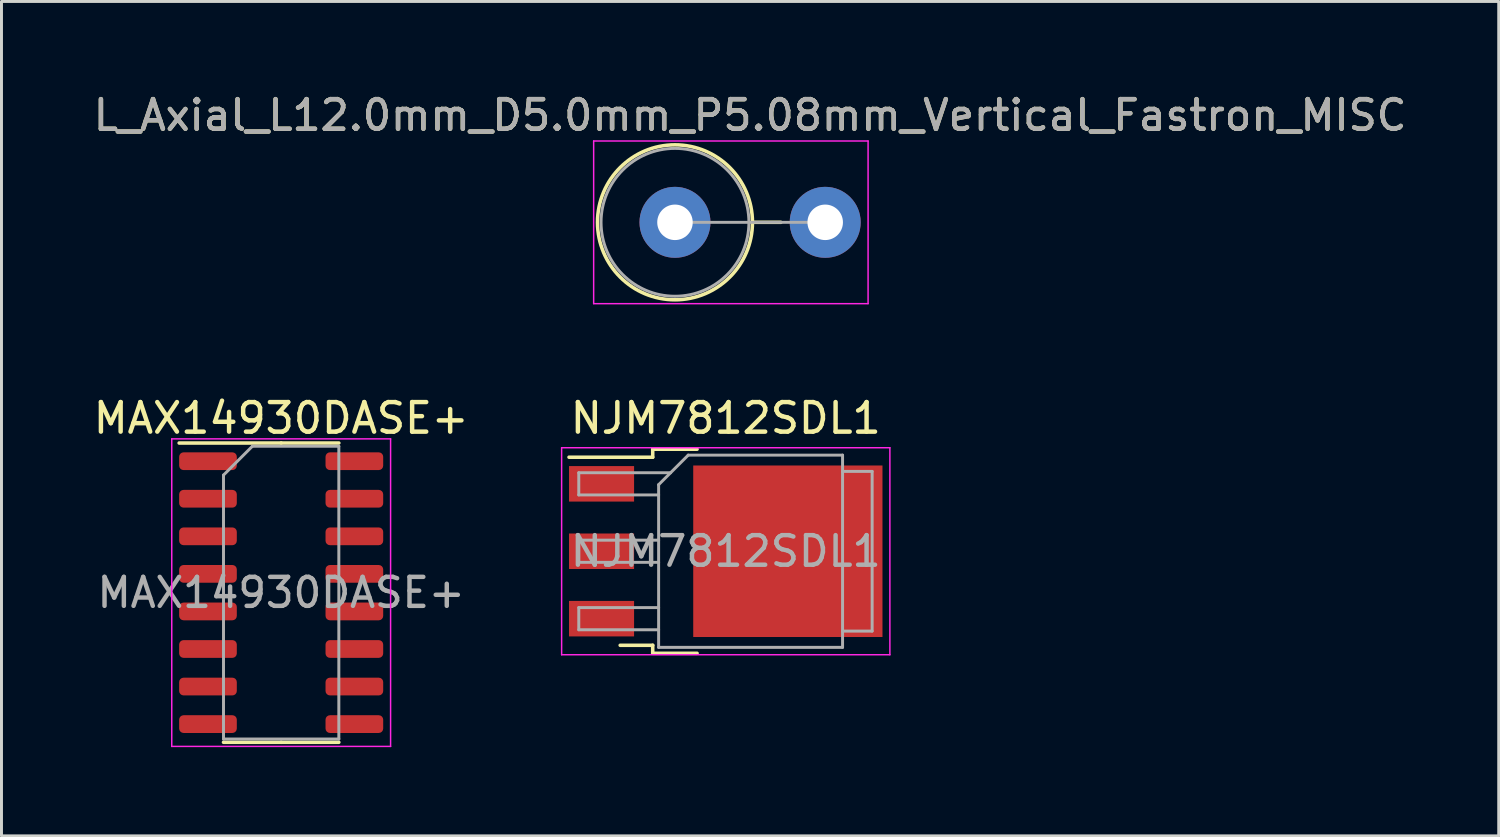
<source format=kicad_pcb>
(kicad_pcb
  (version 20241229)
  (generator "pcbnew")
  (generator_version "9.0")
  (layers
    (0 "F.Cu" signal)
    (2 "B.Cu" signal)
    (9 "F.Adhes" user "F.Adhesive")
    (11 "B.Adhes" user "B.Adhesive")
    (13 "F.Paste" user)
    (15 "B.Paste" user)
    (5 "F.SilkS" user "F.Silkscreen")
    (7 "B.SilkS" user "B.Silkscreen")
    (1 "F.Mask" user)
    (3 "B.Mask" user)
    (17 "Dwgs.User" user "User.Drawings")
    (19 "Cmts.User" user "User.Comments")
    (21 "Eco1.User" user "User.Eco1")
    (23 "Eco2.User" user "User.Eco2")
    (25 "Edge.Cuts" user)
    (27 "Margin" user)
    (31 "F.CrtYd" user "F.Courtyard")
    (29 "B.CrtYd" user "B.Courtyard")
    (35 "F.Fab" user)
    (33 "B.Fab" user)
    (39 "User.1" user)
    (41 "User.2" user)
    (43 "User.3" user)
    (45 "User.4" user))
  (footprint "L_Axial_L12.0mm_D5.0mm_P5.08mm_Vertical_Fastron_MISC"
    (layer "F.Cu")
    (at 19.775 4.468)
    (property "Reference" "L_Axial_L12.0mm_D5.0mm_P5.08mm_Vertical_Fastron_MISC" (at 2.54 -3.62 180) (layer "F.SilkS") (effects (font (size 1 1) (thickness 0.15))))
    (attr through_hole)
    (fp_line (start 2.62 0) (end 3.58 0) (stroke (width 0.12) (type solid)) (layer "F.SilkS"))
    (fp_circle (center 0 0) (end 2.62 0) (stroke (width 0.12) (type solid)) (fill no) (layer "F.SilkS"))
    (fp_line (start -2.75 -2.75) (end -2.75 2.75) (stroke (width 0.05) (type solid)) (layer "F.CrtYd"))
    (fp_line (start -2.75 2.75) (end 6.53 2.75) (stroke (width 0.05) (type solid)) (layer "F.CrtYd"))
    (fp_line (start 6.53 -2.75) (end -2.75 -2.75) (stroke (width 0.05) (type solid)) (layer "F.CrtYd"))
    (fp_line (start 6.53 2.75) (end 6.53 -2.75) (stroke (width 0.05) (type solid)) (layer "F.CrtYd"))
    (fp_line (start 0 0) (end 5.08 0) (stroke (width 0.1) (type solid)) (layer "F.Fab"))
    (fp_circle (center 0 0) (end 2.5 0) (stroke (width 0.1) (type solid)) (fill no) (layer "F.Fab"))
    (fp_text user "${REFERENCE}" (at 2.54 -3.62 180) (layer "F.Fab") (effects (font (size 1 1) (thickness 0.15))))
    (pad "1" thru_hole circle (at 0 0) (size 2.4 2.4) (drill 1.2) (layers "*.Cu" "*.Mask"))
    (pad "2" thru_hole oval (at 5.08 0) (size 2.4 2.4) (drill 1.2) (layers "*.Cu" "*.Mask")))
  (footprint "NJM7812SDL1"
    (layer "F.Cu")
    (at 21.492 15.591)
    (property "Reference" "NJM7812SDL1" (at 0 -4.5 180) (layer "F.SilkS") (effects (font (size 1 1) (thickness 0.15))))
    (attr smd)
    (fp_line (start -2.47 -3.45) (end -2.47 -3.18) (stroke (width 0.12) (type solid)) (layer "F.SilkS"))
    (fp_line (start -2.47 -3.18) (end -5.3 -3.18) (stroke (width 0.12) (type solid)) (layer "F.SilkS"))
    (fp_line (start -2.47 3.18) (end -3.57 3.18) (stroke (width 0.12) (type solid)) (layer "F.SilkS"))
    (fp_line (start -2.47 3.45) (end -2.47 3.18) (stroke (width 0.12) (type solid)) (layer "F.SilkS"))
    (fp_line (start -0.97 -3.45) (end -2.47 -3.45) (stroke (width 0.12) (type solid)) (layer "F.SilkS"))
    (fp_line (start -0.97 3.45) (end -2.47 3.45) (stroke (width 0.12) (type solid)) (layer "F.SilkS"))
    (fp_line (start -5.55 -3.5) (end -5.55 3.5) (stroke (width 0.05) (type solid)) (layer "F.CrtYd"))
    (fp_line (start -5.55 3.5) (end 5.55 3.5) (stroke (width 0.05) (type solid)) (layer "F.CrtYd"))
    (fp_line (start 5.55 -3.5) (end -5.55 -3.5) (stroke (width 0.05) (type solid)) (layer "F.CrtYd"))
    (fp_line (start 5.55 3.5) (end 5.55 -3.5) (stroke (width 0.05) (type solid)) (layer "F.CrtYd"))
    (fp_line (start -4.97 -2.655) (end -4.97 -1.905) (stroke (width 0.1) (type solid)) (layer "F.Fab"))
    (fp_line (start -4.97 -1.905) (end -2.27 -1.905) (stroke (width 0.1) (type solid)) (layer "F.Fab"))
    (fp_line (start -4.97 -0.375) (end -4.97 0.375) (stroke (width 0.1) (type solid)) (layer "F.Fab"))
    (fp_line (start -4.97 0.375) (end -2.27 0.375) (stroke (width 0.1) (type solid)) (layer "F.Fab"))
    (fp_line (start -4.97 1.905) (end -4.97 2.655) (stroke (width 0.1) (type solid)) (layer "F.Fab"))
    (fp_line (start -4.97 2.655) (end -2.27 2.655) (stroke (width 0.1) (type solid)) (layer "F.Fab"))
    (fp_line (start -2.27 -2.25) (end -1.27 -3.25) (stroke (width 0.1) (type solid)) (layer "F.Fab"))
    (fp_line (start -2.27 -0.375) (end -4.97 -0.375) (stroke (width 0.1) (type solid)) (layer "F.Fab"))
    (fp_line (start -2.27 1.905) (end -4.97 1.905) (stroke (width 0.1) (type solid)) (layer "F.Fab"))
    (fp_line (start -2.27 3.25) (end -2.27 -2.25) (stroke (width 0.1) (type solid)) (layer "F.Fab"))
    (fp_line (start -1.865 -2.655) (end -4.97 -2.655) (stroke (width 0.1) (type solid)) (layer "F.Fab"))
    (fp_line (start -1.27 -3.25) (end 3.95 -3.25) (stroke (width 0.1) (type solid)) (layer "F.Fab"))
    (fp_line (start 3.95 -3.25) (end 3.95 3.25) (stroke (width 0.1) (type solid)) (layer "F.Fab"))
    (fp_line (start 3.95 -2.7) (end 4.95 -2.7) (stroke (width 0.1) (type solid)) (layer "F.Fab"))
    (fp_line (start 3.95 3.25) (end -2.27 3.25) (stroke (width 0.1) (type solid)) (layer "F.Fab"))
    (fp_line (start 4.95 -2.7) (end 4.95 2.7) (stroke (width 0.1) (type solid)) (layer "F.Fab"))
    (fp_line (start 4.95 2.7) (end 3.95 2.7) (stroke (width 0.1) (type solid)) (layer "F.Fab"))
    (fp_text user "${REFERENCE}" (at 0 0 180) (layer "F.Fab") (effects (font (size 1 1) (thickness 0.15))))
    (pad "" smd rect (at 0.425 -1.525) (size 3.05 2.75) (layers "F.Paste"))
    (pad "" smd rect (at 0.425 1.525) (size 3.05 2.75) (layers "F.Paste"))
    (pad "" smd rect (at 3.775 -1.525) (size 3.05 2.75) (layers "F.Paste"))
    (pad "" smd rect (at 3.775 1.525) (size 3.05 2.75) (layers "F.Paste"))
    (pad "1" smd rect (at -4.2 -2.28) (size 2.2 1.2) (layers "F.Cu" "F.Mask" "F.Paste"))
    (pad "2" smd rect (at -4.2 0) (size 2.2 1.2) (layers "F.Cu" "F.Mask" "F.Paste"))
    (pad "2" smd rect (at 2.1 0) (size 6.4 5.8) (layers "F.Cu" "F.Mask"))
    (pad "3" smd rect (at -4.2 2.28) (size 2.2 1.2) (layers "F.Cu" "F.Mask" "F.Paste")))
  (footprint "MAX14930DASE+"
    (layer "F.Cu")
    (at 6.458 16.991)
    (property "Reference" "MAX14930DASE+" (at 0 -5.9 0) (layer "F.SilkS") (effects (font (size 1 1) (thickness 0.15))))
    (attr smd)
    (fp_line (start 0 -5.06) (end -3.45 -5.06) (stroke (width 0.12) (type solid)) (layer "F.SilkS"))
    (fp_line (start 0 -5.06) (end 1.95 -5.06) (stroke (width 0.12) (type solid)) (layer "F.SilkS"))
    (fp_line (start 0 5.06) (end -1.95 5.06) (stroke (width 0.12) (type solid)) (layer "F.SilkS"))
    (fp_line (start 0 5.06) (end 1.95 5.06) (stroke (width 0.12) (type solid)) (layer "F.SilkS"))
    (fp_line (start -3.7 -5.2) (end -3.7 5.2) (stroke (width 0.05) (type solid)) (layer "F.CrtYd"))
    (fp_line (start -3.7 5.2) (end 3.7 5.2) (stroke (width 0.05) (type solid)) (layer "F.CrtYd"))
    (fp_line (start 3.7 -5.2) (end -3.7 -5.2) (stroke (width 0.05) (type solid)) (layer "F.CrtYd"))
    (fp_line (start 3.7 5.2) (end 3.7 -5.2) (stroke (width 0.05) (type solid)) (layer "F.CrtYd"))
    (fp_line (start -1.95 -3.975) (end -0.975 -4.95) (stroke (width 0.1) (type solid)) (layer "F.Fab"))
    (fp_line (start -1.95 4.95) (end -1.95 -3.975) (stroke (width 0.1) (type solid)) (layer "F.Fab"))
    (fp_line (start -0.975 -4.95) (end 1.95 -4.95) (stroke (width 0.1) (type solid)) (layer "F.Fab"))
    (fp_line (start 1.95 -4.95) (end 1.95 4.95) (stroke (width 0.1) (type solid)) (layer "F.Fab"))
    (fp_line (start 1.95 4.95) (end -1.95 4.95) (stroke (width 0.1) (type solid)) (layer "F.Fab"))
    (fp_text user "${REFERENCE}" (at 0 0 0) (layer "F.Fab") (effects (font (size 0.98 0.98) (thickness 0.15))))
    (pad "1" smd roundrect (at -2.475 -4.445) (size 1.95 0.6) (layers "F.Cu" "F.Mask" "F.Paste") (roundrect_rratio 0.25))
    (pad "2" smd roundrect (at -2.475 -3.175) (size 1.95 0.6) (layers "F.Cu" "F.Mask" "F.Paste") (roundrect_rratio 0.25))
    (pad "3" smd roundrect (at -2.475 -1.905) (size 1.95 0.6) (layers "F.Cu" "F.Mask" "F.Paste") (roundrect_rratio 0.25))
    (pad "4" smd roundrect (at -2.475 -0.635) (size 1.95 0.6) (layers "F.Cu" "F.Mask" "F.Paste") (roundrect_rratio 0.25))
    (pad "5" smd roundrect (at -2.475 0.635) (size 1.95 0.6) (layers "F.Cu" "F.Mask" "F.Paste") (roundrect_rratio 0.25))
    (pad "6" smd roundrect (at -2.475 1.905) (size 1.95 0.6) (layers "F.Cu" "F.Mask" "F.Paste") (roundrect_rratio 0.25))
    (pad "7" smd roundrect (at -2.475 3.175) (size 1.95 0.6) (layers "F.Cu" "F.Mask" "F.Paste") (roundrect_rratio 0.25))
    (pad "8" smd roundrect (at -2.475 4.445) (size 1.95 0.6) (layers "F.Cu" "F.Mask" "F.Paste") (roundrect_rratio 0.25))
    (pad "9" smd roundrect (at 2.475 4.445) (size 1.95 0.6) (layers "F.Cu" "F.Mask" "F.Paste") (roundrect_rratio 0.25))
    (pad "10" smd roundrect (at 2.475 3.175) (size 1.95 0.6) (layers "F.Cu" "F.Mask" "F.Paste") (roundrect_rratio 0.25))
    (pad "11" smd roundrect (at 2.475 1.905) (size 1.95 0.6) (layers "F.Cu" "F.Mask" "F.Paste") (roundrect_rratio 0.25))
    (pad "12" smd roundrect (at 2.475 0.635) (size 1.95 0.6) (layers "F.Cu" "F.Mask" "F.Paste") (roundrect_rratio 0.25))
    (pad "13" smd roundrect (at 2.475 -0.635) (size 1.95 0.6) (layers "F.Cu" "F.Mask" "F.Paste") (roundrect_rratio 0.25))
    (pad "14" smd roundrect (at 2.475 -1.905) (size 1.95 0.6) (layers "F.Cu" "F.Mask" "F.Paste") (roundrect_rratio 0.25))
    (pad "15" smd roundrect (at 2.475 -3.175) (size 1.95 0.6) (layers "F.Cu" "F.Mask" "F.Paste") (roundrect_rratio 0.25))
    (pad "16" smd roundrect (at 2.475 -4.445) (size 1.95 0.6) (layers "F.Cu" "F.Mask" "F.Paste") (roundrect_rratio 0.25)))
  (gr_rect
    (start -3 -3)
    (end 47.631 25.216)
    (stroke (width 0.1) (type default))
    (fill no)
    (layer "Edge.Cuts")))
</source>
